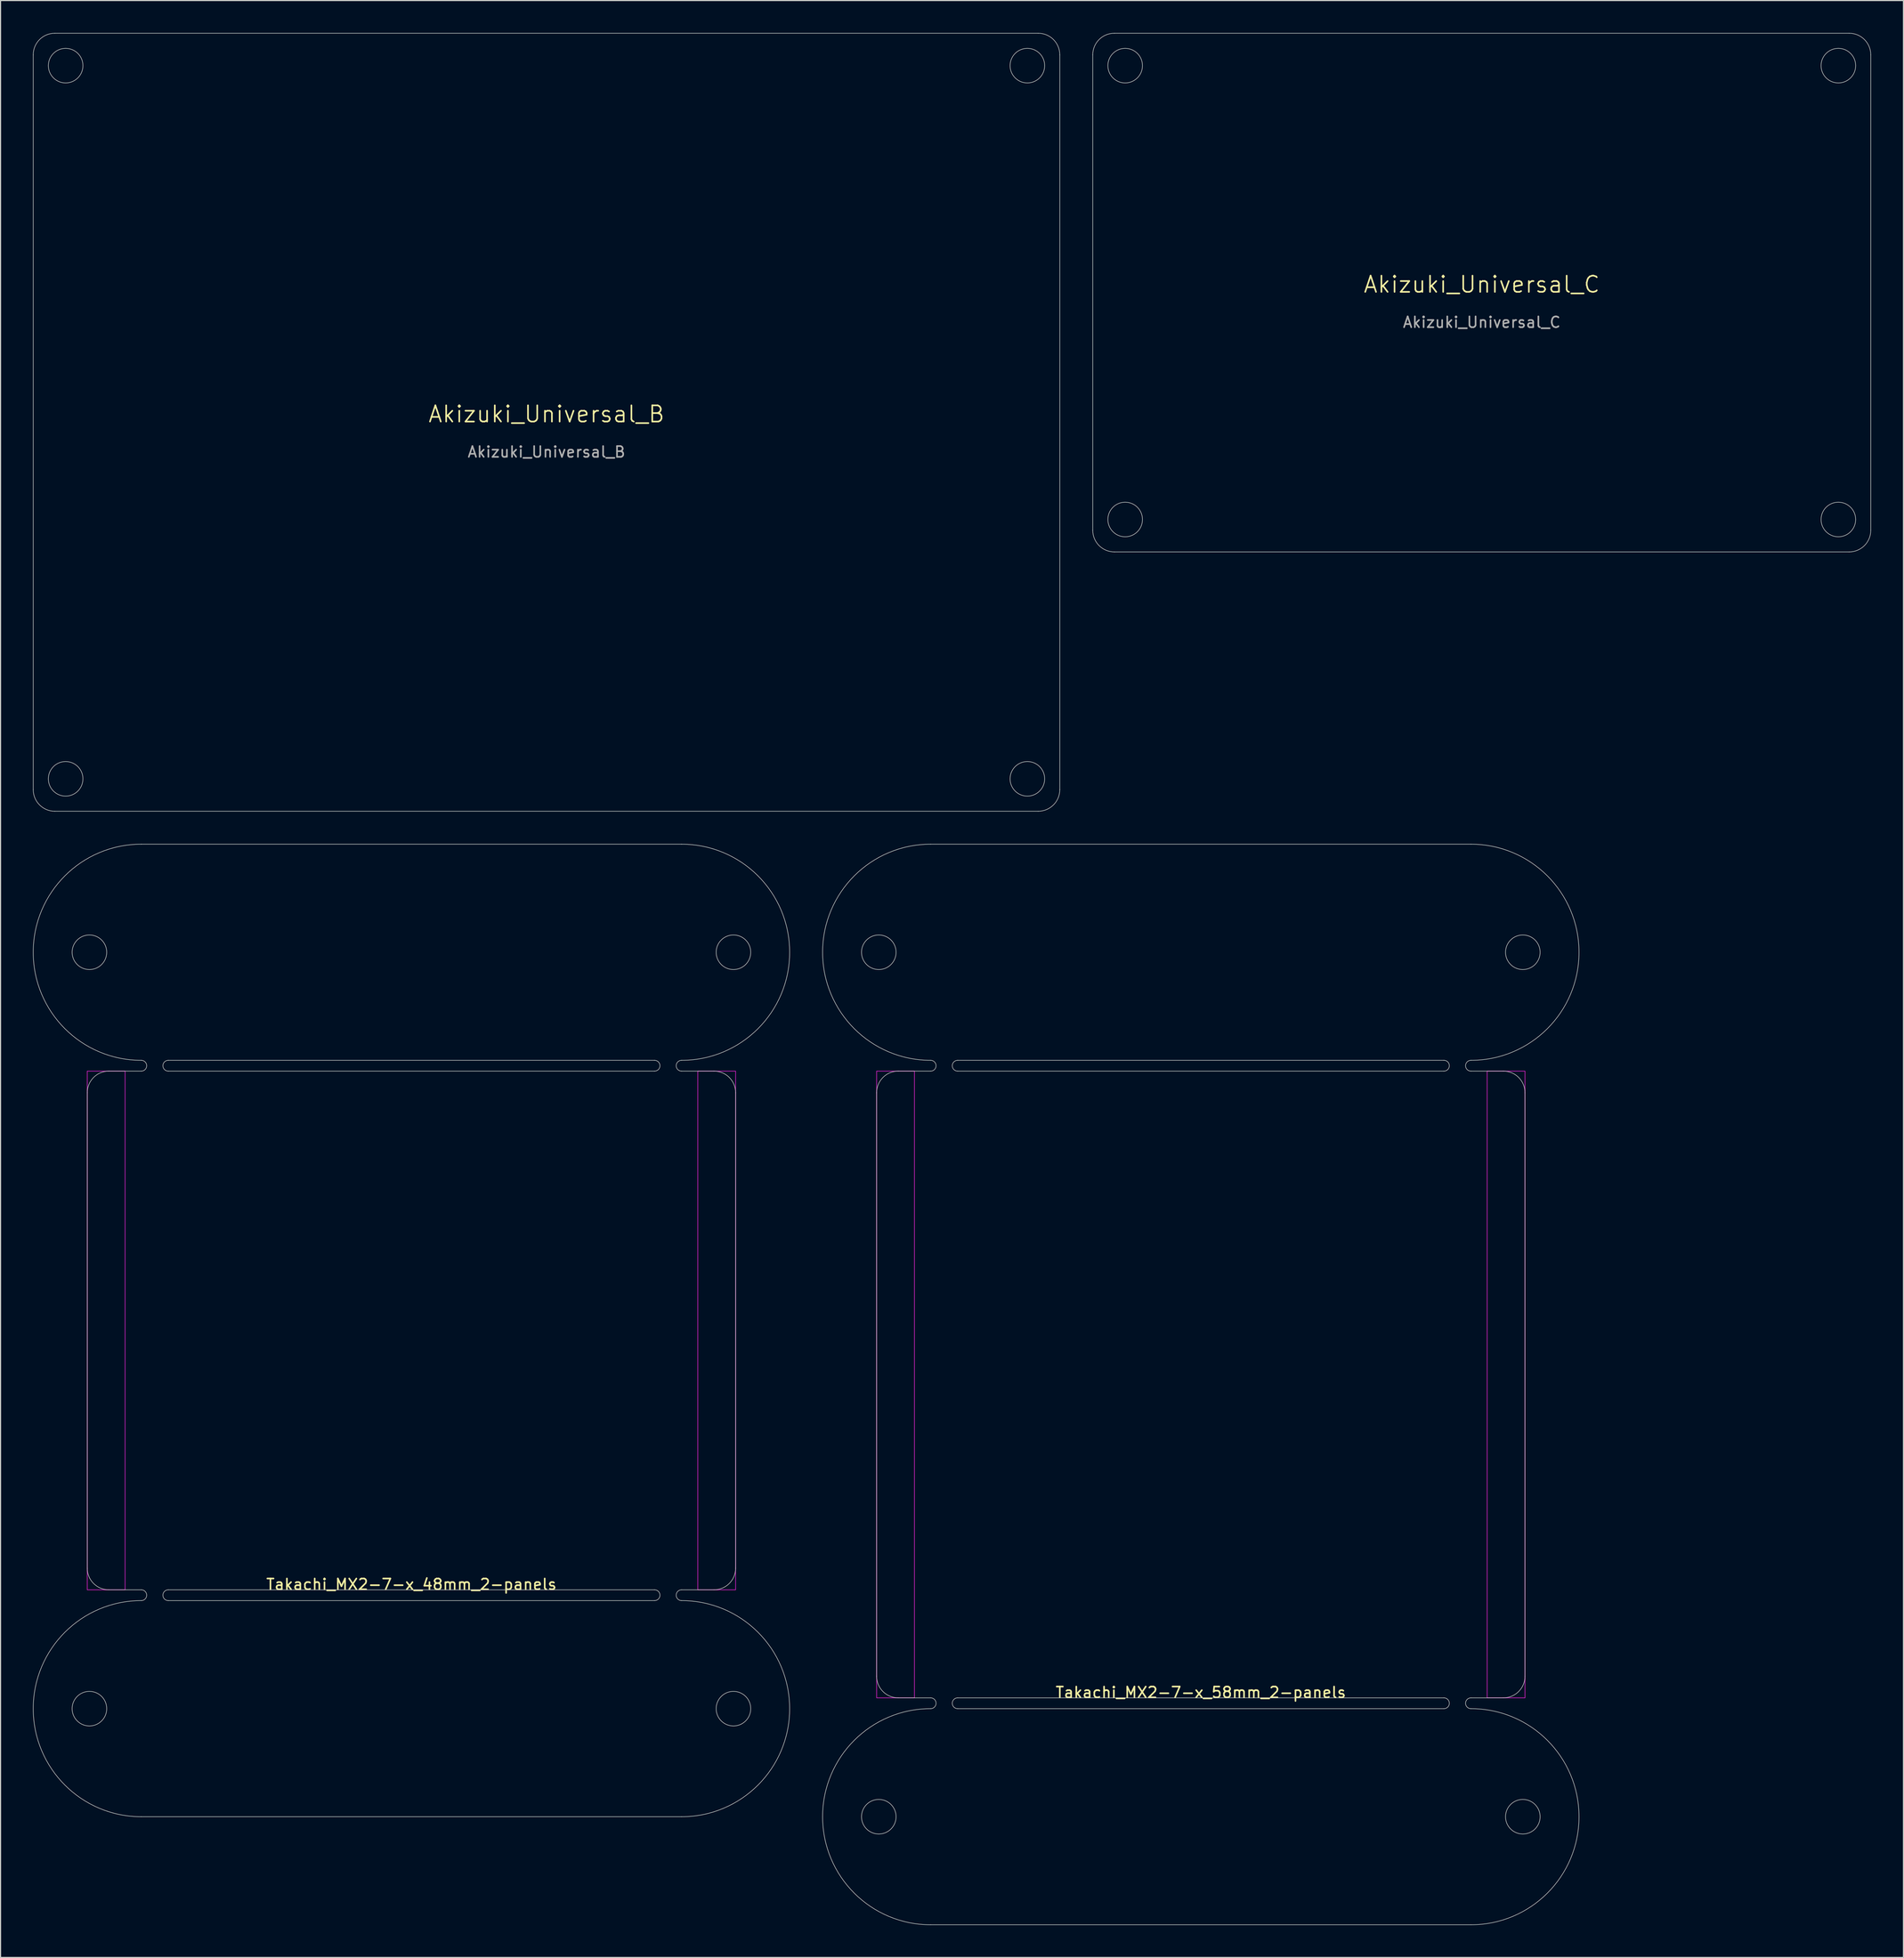
<source format=kicad_pcb>
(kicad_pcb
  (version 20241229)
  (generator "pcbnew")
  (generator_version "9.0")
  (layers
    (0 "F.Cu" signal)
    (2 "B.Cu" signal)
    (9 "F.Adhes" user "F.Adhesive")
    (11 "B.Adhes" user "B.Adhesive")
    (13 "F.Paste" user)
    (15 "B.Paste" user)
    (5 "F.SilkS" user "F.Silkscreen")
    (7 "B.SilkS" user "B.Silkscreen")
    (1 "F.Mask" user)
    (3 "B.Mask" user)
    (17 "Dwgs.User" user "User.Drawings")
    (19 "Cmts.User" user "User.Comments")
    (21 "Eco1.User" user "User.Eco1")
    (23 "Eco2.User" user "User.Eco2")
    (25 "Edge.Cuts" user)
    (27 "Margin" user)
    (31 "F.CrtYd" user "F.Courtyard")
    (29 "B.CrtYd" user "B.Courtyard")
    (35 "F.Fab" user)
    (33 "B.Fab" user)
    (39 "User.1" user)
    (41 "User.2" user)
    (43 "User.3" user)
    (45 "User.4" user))
  (footprint "Akizuki_Universal_C"
    (layer "F.Cu")
    (at 134.075 24.025)
    (property "Reference" "Akizuki_Universal_C" (at 0 -0.75 0) (unlocked yes) (layer "F.SilkS") (effects (font (size 1.5 1.5) (thickness 0.15))))
    (attr board_only exclude_from_pos_files)
    (fp_line (start -36 22) (end -36 -22) (stroke (width 0.05) (type default)) (layer "Edge.Cuts"))
    (fp_line (start -34 -24) (end 34 -24) (stroke (width 0.05) (type default)) (layer "Edge.Cuts"))
    (fp_line (start 34 24) (end -34 24) (stroke (width 0.05) (type default)) (layer "Edge.Cuts"))
    (fp_line (start 36 -22) (end 36 22) (stroke (width 0.05) (type default)) (layer "Edge.Cuts"))
    (fp_arc (start -36 -22) (mid -35.414214 -23.414214) (end -34 -24) (stroke (width 0.05) (type default)) (layer "Edge.Cuts"))
    (fp_arc (start -34 24) (mid -35.414214 23.414214) (end -36 22) (stroke (width 0.05) (type default)) (layer "Edge.Cuts"))
    (fp_arc (start 34 -24) (mid 35.414214 -23.414214) (end 36 -22) (stroke (width 0.05) (type default)) (layer "Edge.Cuts"))
    (fp_arc (start 36 22) (mid 35.414214 23.414214) (end 34 24) (stroke (width 0.05) (type default)) (layer "Edge.Cuts"))
    (fp_circle (center -33 -21) (end -31.4 -21) (stroke (width 0.05) (type default)) (fill no) (layer "Edge.Cuts"))
    (fp_circle (center -33 21) (end -31.4 21) (stroke (width 0.05) (type default)) (fill no) (layer "Edge.Cuts"))
    (fp_circle (center 33 -21) (end 34.6 -21) (stroke (width 0.05) (type default)) (fill no) (layer "Edge.Cuts"))
    (fp_circle (center 33 21) (end 34.6 21) (stroke (width 0.05) (type default)) (fill no) (layer "Edge.Cuts"))
    (fp_text user "${REFERENCE}" (at 0 2.75 0) (unlocked yes) (layer "F.Fab") (effects (font (size 1 1) (thickness 0.15)))))
  (footprint "Takachi_MX2-7-x_48mm_2-panels"
    (layer "F.Cu")
    (at 35.025 144.075)
    (property "Reference" "Takachi_MX2-7-x_48mm_2-panels" (at 0 -0.5 0) (unlocked yes) (layer "F.SilkS") (effects (font (size 1 1) (thickness 0.15))))
    (attr board_only exclude_from_pos_files exclude_from_bom allow_missing_courtyard)
    (fp_line (start -30 -2) (end -30 -46) (stroke (width 0.05) (type default)) (layer "Edge.Cuts"))
    (fp_line (start -25 -69) (end 25 -69) (stroke (width 0.05) (type default)) (layer "Edge.Cuts"))
    (fp_line (start -25 -48) (end -28 -48) (stroke (width 0.05) (type default)) (layer "Edge.Cuts"))
    (fp_line (start -25 0) (end -28 0) (stroke (width 0.05) (type default)) (layer "Edge.Cuts"))
    (fp_line (start -25 21) (end 25 21) (stroke (width 0.05) (type default)) (layer "Edge.Cuts"))
    (fp_line (start -22.5 -49) (end 22.5 -49) (stroke (width 0.05) (type default)) (layer "Edge.Cuts"))
    (fp_line (start -22.5 -48) (end 22.5 -48) (stroke (width 0.05) (type default)) (layer "Edge.Cuts"))
    (fp_line (start -22.5 0) (end 22.5 0) (stroke (width 0.05) (type default)) (layer "Edge.Cuts"))
    (fp_line (start -22.5 1) (end 22.5 1) (stroke (width 0.05) (type default)) (layer "Edge.Cuts"))
    (fp_line (start 28 -48) (end 25 -48) (stroke (width 0.05) (type default)) (layer "Edge.Cuts"))
    (fp_line (start 28 0) (end 25 0) (stroke (width 0.05) (type default)) (layer "Edge.Cuts"))
    (fp_line (start 30 -46) (end 30 -2) (stroke (width 0.05) (type default)) (layer "Edge.Cuts"))
    (fp_arc (start -30 -45.999999) (mid -29.414214 -47.414213) (end -28 -48) (stroke (width 0.05) (type default)) (layer "Edge.Cuts"))
    (fp_arc (start -28 0) (mid -29.414214 -0.585787) (end -30 -2.000001) (stroke (width 0.05) (type default)) (layer "Edge.Cuts"))
    (fp_arc (start -25 -49) (mid -35 -59) (end -25 -69) (stroke (width 0.05) (type default)) (layer "Edge.Cuts"))
    (fp_arc (start -25 -49) (mid -24.5 -48.5) (end -25 -48) (stroke (width 0.05) (type default)) (layer "Edge.Cuts"))
    (fp_arc (start -25 0) (mid -24.5 0.5) (end -25 1) (stroke (width 0.05) (type default)) (layer "Edge.Cuts"))
    (fp_arc (start -25 21) (mid -35 11) (end -25 1) (stroke (width 0.05) (type default)) (layer "Edge.Cuts"))
    (fp_arc (start -22.5 -48) (mid -23 -48.5) (end -22.5 -49) (stroke (width 0.05) (type default)) (layer "Edge.Cuts"))
    (fp_arc (start -22.5 1) (mid -23 0.5) (end -22.5 0) (stroke (width 0.05) (type default)) (layer "Edge.Cuts"))
    (fp_arc (start 22.5 -49) (mid 23 -48.5) (end 22.5 -48) (stroke (width 0.05) (type default)) (layer "Edge.Cuts"))
    (fp_arc (start 22.5 0) (mid 23 0.5) (end 22.5 1) (stroke (width 0.05) (type default)) (layer "Edge.Cuts"))
    (fp_arc (start 25 -69) (mid 35 -59) (end 25 -49) (stroke (width 0.05) (type default)) (layer "Edge.Cuts"))
    (fp_arc (start 25 -48) (mid 24.5 -48.5) (end 25 -49) (stroke (width 0.05) (type default)) (layer "Edge.Cuts"))
    (fp_arc (start 25 1) (mid 24.5 0.5) (end 25 0) (stroke (width 0.05) (type default)) (layer "Edge.Cuts"))
    (fp_arc (start 25 1) (mid 35 11) (end 25 21) (stroke (width 0.05) (type default)) (layer "Edge.Cuts"))
    (fp_arc (start 28 -48) (mid 29.414214 -47.414214) (end 30 -46) (stroke (width 0.05) (type default)) (layer "Edge.Cuts"))
    (fp_arc (start 30 -2) (mid 29.414214 -0.585786) (end 28 0) (stroke (width 0.05) (type default)) (layer "Edge.Cuts"))
    (fp_circle (center -29.8 -59) (end -28.2 -59) (stroke (width 0.05) (type default)) (fill no) (layer "Edge.Cuts"))
    (fp_circle (center -29.8 11) (end -28.2 11) (stroke (width 0.05) (type default)) (fill no) (layer "Edge.Cuts"))
    (fp_circle (center 29.8 -59) (end 31.4 -59) (stroke (width 0.05) (type default)) (fill no) (layer "Edge.Cuts"))
    (fp_circle (center 29.8 11) (end 31.4 11) (stroke (width 0.05) (type default)) (fill no) (layer "Edge.Cuts"))
    (fp_rect (start -30 -48) (end -26.5 0) (stroke (width 0.05) (type default)) (fill no) (layer "F.CrtYd"))
    (fp_rect (start 26.5 -48) (end 30 0) (stroke (width 0.05) (type default)) (fill no) (layer "F.CrtYd")))
  (footprint "Akizuki_Universal_B"
    (layer "F.Cu")
    (at 47.525 36.025)
    (property "Reference" "Akizuki_Universal_B" (at 0 -0.75 0) (unlocked yes) (layer "F.SilkS") (effects (font (size 1.5 1.5) (thickness 0.15))))
    (attr board_only exclude_from_pos_files)
    (fp_line (start -47.5 34) (end -47.5 -34) (stroke (width 0.05) (type default)) (layer "Edge.Cuts"))
    (fp_line (start -45.5 -36) (end 45.5 -36) (stroke (width 0.05) (type default)) (layer "Edge.Cuts"))
    (fp_line (start 45.5 36) (end -45.5 36) (stroke (width 0.05) (type default)) (layer "Edge.Cuts"))
    (fp_line (start 47.5 -34) (end 47.5 34) (stroke (width 0.05) (type default)) (layer "Edge.Cuts"))
    (fp_arc (start -47.5 -34) (mid -46.914214 -35.414214) (end -45.5 -36) (stroke (width 0.05) (type default)) (layer "Edge.Cuts"))
    (fp_arc (start -45.5 36) (mid -46.914214 35.414214) (end -47.5 34) (stroke (width 0.05) (type default)) (layer "Edge.Cuts"))
    (fp_arc (start 45.5 -36) (mid 46.914214 -35.414214) (end 47.5 -34) (stroke (width 0.05) (type default)) (layer "Edge.Cuts"))
    (fp_arc (start 47.5 34) (mid 46.914214 35.414214) (end 45.5 36) (stroke (width 0.05) (type default)) (layer "Edge.Cuts"))
    (fp_circle (center -44.5 -33) (end -42.9 -33) (stroke (width 0.05) (type default)) (fill no) (layer "Edge.Cuts"))
    (fp_circle (center -44.5 33) (end -42.9 33) (stroke (width 0.05) (type default)) (fill no) (layer "Edge.Cuts"))
    (fp_circle (center 44.5 -33) (end 46.1 -33) (stroke (width 0.05) (type default)) (fill no) (layer "Edge.Cuts"))
    (fp_circle (center 44.5 33) (end 46.1 33) (stroke (width 0.05) (type default)) (fill no) (layer "Edge.Cuts"))
    (fp_text user "${REFERENCE}" (at 0 2.75 0) (unlocked yes) (layer "F.Fab") (effects (font (size 1 1) (thickness 0.15)))))
  (footprint "Takachi_MX2-7-x_58mm_2-panels"
    (layer "F.Cu")
    (at 108.075 154.075)
    (property "Reference" "Takachi_MX2-7-x_58mm_2-panels" (at 0 -0.5 0) (unlocked yes) (layer "F.SilkS") (effects (font (size 1 1) (thickness 0.15))))
    (attr board_only exclude_from_pos_files exclude_from_bom allow_missing_courtyard)
    (fp_line (start -30 -2) (end -30 -56) (stroke (width 0.05) (type default)) (layer "Edge.Cuts"))
    (fp_line (start -25 -79) (end 25 -79) (stroke (width 0.05) (type default)) (layer "Edge.Cuts"))
    (fp_line (start -25 -58) (end -28 -58) (stroke (width 0.05) (type default)) (layer "Edge.Cuts"))
    (fp_line (start -25 0) (end -28 0) (stroke (width 0.05) (type default)) (layer "Edge.Cuts"))
    (fp_line (start -25 21) (end 25 21) (stroke (width 0.05) (type default)) (layer "Edge.Cuts"))
    (fp_line (start -22.5 -59) (end 22.5 -59) (stroke (width 0.05) (type default)) (layer "Edge.Cuts"))
    (fp_line (start -22.5 -58) (end 22.5 -58) (stroke (width 0.05) (type default)) (layer "Edge.Cuts"))
    (fp_line (start -22.5 0) (end 22.5 0) (stroke (width 0.05) (type default)) (layer "Edge.Cuts"))
    (fp_line (start -22.5 1) (end 22.5 1) (stroke (width 0.05) (type default)) (layer "Edge.Cuts"))
    (fp_line (start 28 -58) (end 25 -58) (stroke (width 0.05) (type default)) (layer "Edge.Cuts"))
    (fp_line (start 28 0) (end 25 0) (stroke (width 0.05) (type default)) (layer "Edge.Cuts"))
    (fp_line (start 30 -56) (end 30 -2) (stroke (width 0.05) (type default)) (layer "Edge.Cuts"))
    (fp_arc (start -30 -55.999999) (mid -29.414214 -57.414213) (end -28 -58) (stroke (width 0.05) (type default)) (layer "Edge.Cuts"))
    (fp_arc (start -28 0) (mid -29.414214 -0.585787) (end -30 -2.000001) (stroke (width 0.05) (type default)) (layer "Edge.Cuts"))
    (fp_arc (start -25 -59) (mid -35 -69) (end -25 -79) (stroke (width 0.05) (type default)) (layer "Edge.Cuts"))
    (fp_arc (start -25 -59) (mid -24.5 -58.5) (end -25 -58) (stroke (width 0.05) (type default)) (layer "Edge.Cuts"))
    (fp_arc (start -25 0) (mid -24.5 0.5) (end -25 1) (stroke (width 0.05) (type default)) (layer "Edge.Cuts"))
    (fp_arc (start -25 21) (mid -35 11) (end -25 1) (stroke (width 0.05) (type default)) (layer "Edge.Cuts"))
    (fp_arc (start -22.5 -58) (mid -23 -58.5) (end -22.5 -59) (stroke (width 0.05) (type default)) (layer "Edge.Cuts"))
    (fp_arc (start -22.5 1) (mid -23 0.5) (end -22.5 0) (stroke (width 0.05) (type default)) (layer "Edge.Cuts"))
    (fp_arc (start 22.5 -59) (mid 23 -58.5) (end 22.5 -58) (stroke (width 0.05) (type default)) (layer "Edge.Cuts"))
    (fp_arc (start 22.5 0) (mid 23 0.5) (end 22.5 1) (stroke (width 0.05) (type default)) (layer "Edge.Cuts"))
    (fp_arc (start 25 -79) (mid 35 -69) (end 25 -59) (stroke (width 0.05) (type default)) (layer "Edge.Cuts"))
    (fp_arc (start 25 -58) (mid 24.5 -58.5) (end 25 -59) (stroke (width 0.05) (type default)) (layer "Edge.Cuts"))
    (fp_arc (start 25 1) (mid 24.5 0.5) (end 25 0) (stroke (width 0.05) (type default)) (layer "Edge.Cuts"))
    (fp_arc (start 25 1) (mid 35 11) (end 25 21) (stroke (width 0.05) (type default)) (layer "Edge.Cuts"))
    (fp_arc (start 28 -58) (mid 29.414214 -57.414214) (end 30 -56) (stroke (width 0.05) (type default)) (layer "Edge.Cuts"))
    (fp_arc (start 30 -2) (mid 29.414214 -0.585786) (end 28 0) (stroke (width 0.05) (type default)) (layer "Edge.Cuts"))
    (fp_circle (center -29.8 -69) (end -28.2 -69) (stroke (width 0.05) (type default)) (fill no) (layer "Edge.Cuts"))
    (fp_circle (center -29.8 11) (end -28.2 11) (stroke (width 0.05) (type default)) (fill no) (layer "Edge.Cuts"))
    (fp_circle (center 29.8 -69) (end 31.4 -69) (stroke (width 0.05) (type default)) (fill no) (layer "Edge.Cuts"))
    (fp_circle (center 29.8 11) (end 31.4 11) (stroke (width 0.05) (type default)) (fill no) (layer "Edge.Cuts"))
    (fp_rect (start -30 -58) (end -26.5 0) (stroke (width 0.05) (type default)) (fill no) (layer "F.CrtYd"))
    (fp_rect (start 26.5 -58) (end 30 0) (stroke (width 0.05) (type default)) (fill no) (layer "F.CrtYd")))
  (gr_rect
    (start -3 -3)
    (end 173.1 178.1)
    (stroke (width 0.1) (type default))
    (fill no)
    (layer "Edge.Cuts")))
</source>
